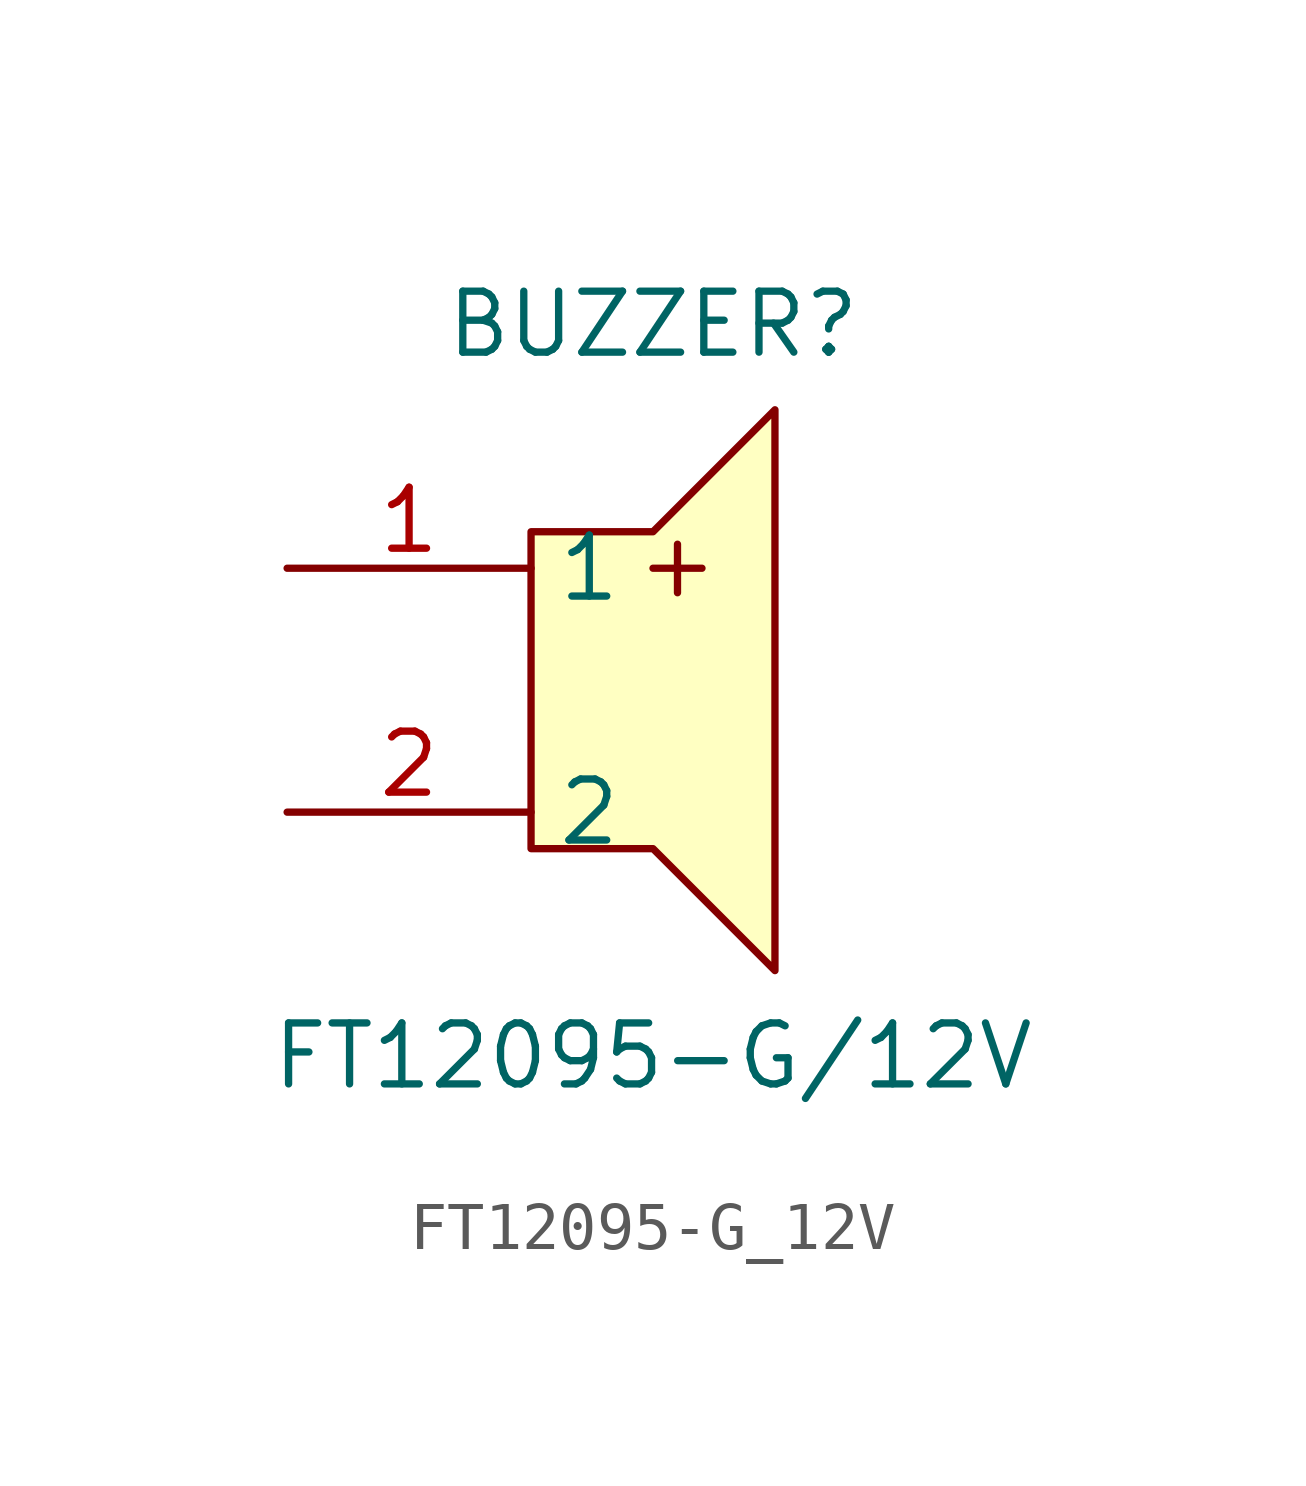
<source format=kicad_sym>
(kicad_symbol_lib
  (version 20220914)
  (generator kicad_symbol_editor)
  (symbol "FT12095-G_12V"
    (property "Reference" "BUZZER"
      (at 0 7.62 0)
      (effects (font (size 1.27 1.27))))
    (property "Value" "FT12095-G/12V"
      (at 0 -7.62 0)
      (effects (font (size 1.27 1.27))))
    (symbol "FT12095-G_12V_0_1"
      (polyline (pts (xy 0 2.54) (xy 1.02 2.54)) (stroke (width 0) (type default)) (fill (type none)))
      (polyline (pts (xy 0.51 3.04) (xy 0.51 2.03)) (stroke (width 0) (type default)) (fill (type none)))
      (polyline (pts (xy -2.54 1.78) (xy -2.54 -3.3) (xy 0 -3.3) (xy 2.54 -5.84) (xy 2.54 5.84) (xy 0 3.3) (xy -2.54 3.3) (xy -2.54 1.78)) (stroke (width 0) (type default)) (fill (type background)))
      (pin unspecified line (at -7.62 2.54 0) (length 5.08) (name "1" (effects (font (size 1.27 1.27)))) (number "1" (effects (font (size 1.27 1.27)))))
      (pin unspecified line (at -7.62 -2.54 0) (length 5.08) (name "2" (effects (font (size 1.27 1.27)))) (number "2" (effects (font (size 1.27 1.27))))))))
</source>
